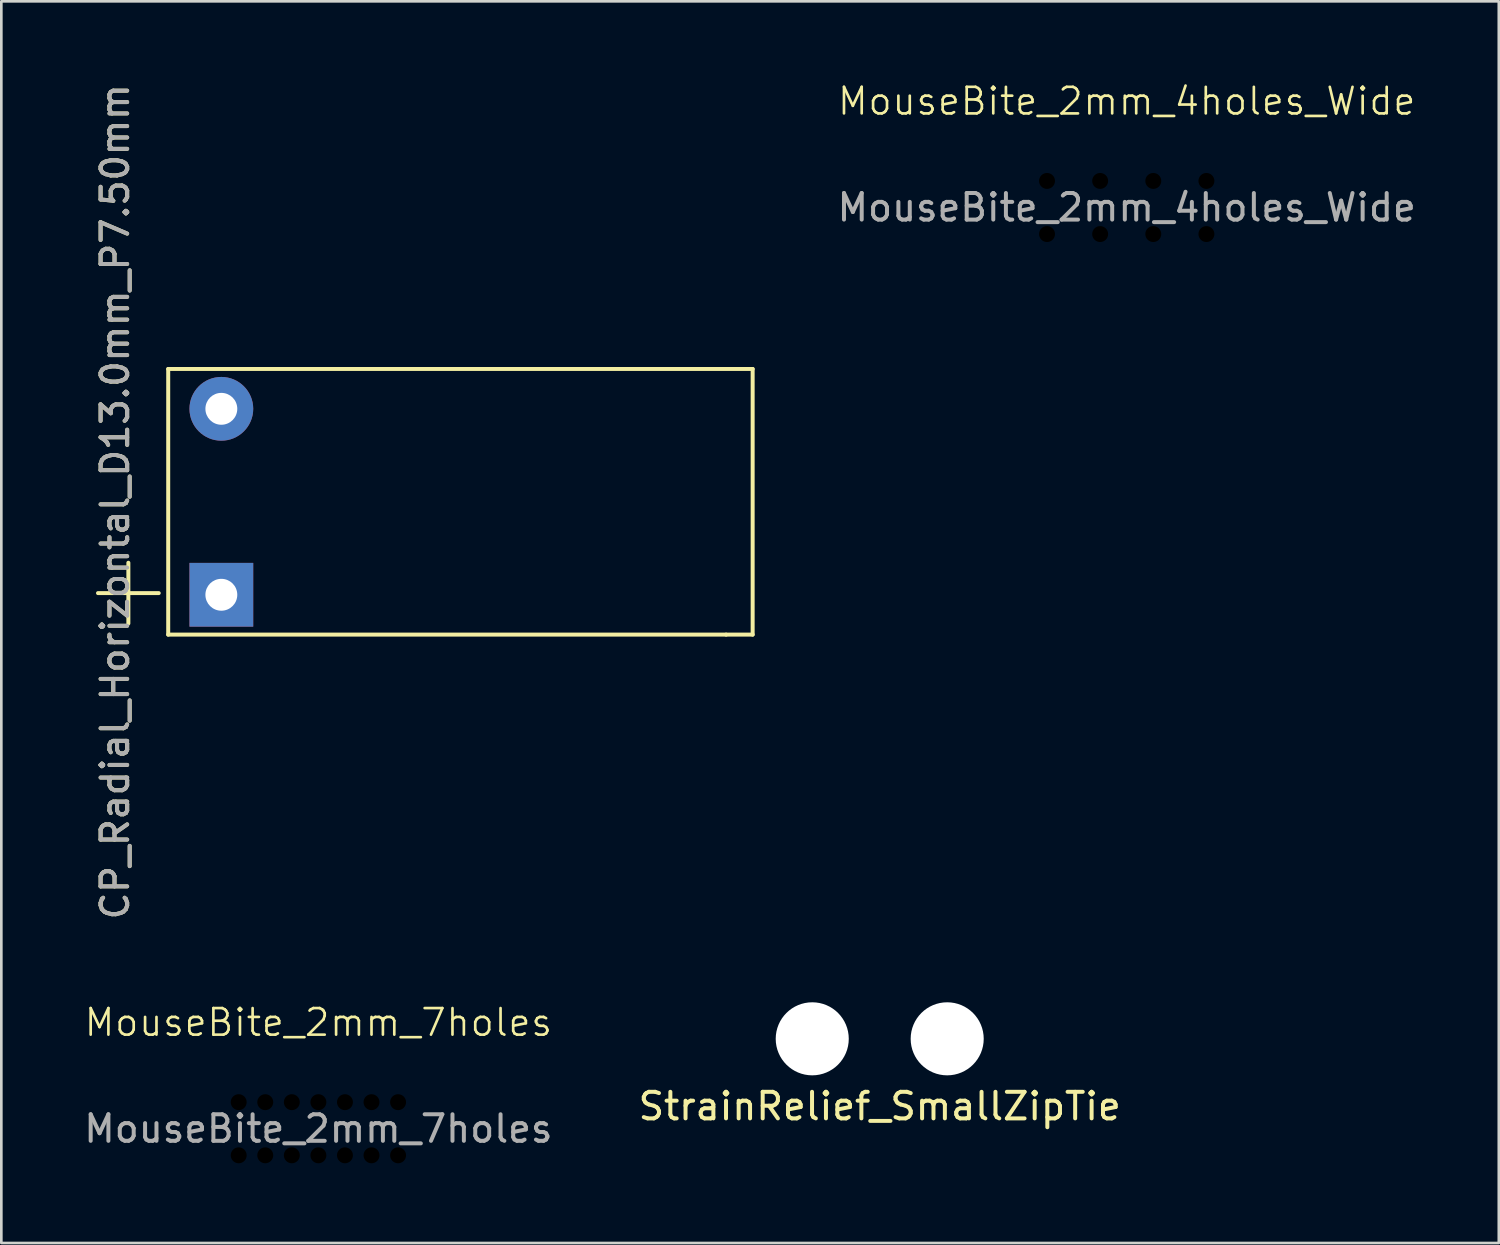
<source format=kicad_pcb>
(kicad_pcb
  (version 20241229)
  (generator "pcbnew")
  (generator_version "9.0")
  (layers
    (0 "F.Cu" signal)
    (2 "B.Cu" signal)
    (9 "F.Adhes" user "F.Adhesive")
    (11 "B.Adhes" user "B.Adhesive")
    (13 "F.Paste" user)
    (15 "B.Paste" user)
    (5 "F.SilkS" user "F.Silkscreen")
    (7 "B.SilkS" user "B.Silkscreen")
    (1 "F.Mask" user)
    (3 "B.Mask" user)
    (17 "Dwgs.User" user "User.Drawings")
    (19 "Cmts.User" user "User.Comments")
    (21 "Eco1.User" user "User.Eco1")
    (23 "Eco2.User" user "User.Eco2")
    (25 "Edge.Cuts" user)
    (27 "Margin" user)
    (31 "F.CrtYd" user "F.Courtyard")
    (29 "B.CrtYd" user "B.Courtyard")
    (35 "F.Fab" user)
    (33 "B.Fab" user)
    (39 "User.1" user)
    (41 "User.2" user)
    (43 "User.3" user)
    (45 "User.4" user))
  (footprint "StrainRelief_SmallZipTie"
    (layer "F.Cu")
    (at 30.065 36.054)
    (property "Reference" "StrainRelief_SmallZipTie" (at 0 2.54 0) (layer "F.SilkS") (effects (font (size 1 1) (thickness 0.15))))
    (attr through_hole)
    (pad "" np_thru_hole circle (at -2.54 0) (size 2.75 2.75) (drill 2.75) (layers "*.Cu" "*.Mask"))
    (pad "" np_thru_hole circle (at 2.54 0) (size 2.75 2.75) (drill 2.75) (layers "*.Cu" "*.Mask")))
  (footprint "MouseBite_2mm_4holes_Wide"
    (layer "F.Cu")
    (at 39.363 4.761)
    (property "Reference" "MouseBite_2mm_4holes_Wide" (at 0 -4 0) (unlocked yes) (layer "F.SilkS") (effects (font (size 1 1) (thickness 0.1))))
    (attr through_hole exclude_from_bom)
    (fp_text user "${REFERENCE}" (at 0 0 0) (unlocked yes) (layer "F.Fab") (effects (font (size 1 1) (thickness 0.15))))
    (pad "" np_thru_hole circle (at -3 -1) (size 0.6 0.6) (drill 0.6) (layers "*.Mask"))
    (pad "" np_thru_hole circle (at -3 1) (size 0.6 0.6) (drill 0.6) (layers "*.Mask"))
    (pad "" np_thru_hole circle (at -1 -1) (size 0.6 0.6) (drill 0.6) (layers "*.Mask"))
    (pad "" np_thru_hole circle (at -1 1) (size 0.6 0.6) (drill 0.6) (layers "*.Mask"))
    (pad "" np_thru_hole circle (at 1 -1) (size 0.6 0.6) (drill 0.6) (layers "*.Mask"))
    (pad "" np_thru_hole circle (at 1 1) (size 0.6 0.6) (drill 0.6) (layers "*.Mask"))
    (pad "" np_thru_hole circle (at 3 -1) (size 0.6 0.6) (drill 0.6) (layers "*.Mask"))
    (pad "" np_thru_hole circle (at 3 1) (size 0.6 0.6) (drill 0.6) (layers "*.Mask")))
  (footprint "MouseBite_2mm_7holes"
    (layer "F.Cu")
    (at 8.935 39.439)
    (property "Reference" "MouseBite_2mm_7holes" (at 0 -4 0) (unlocked yes) (layer "F.SilkS") (effects (font (size 1 1) (thickness 0.1))))
    (attr through_hole exclude_from_bom)
    (fp_text user "${REFERENCE}" (at 0 0 0) (unlocked yes) (layer "F.Fab") (effects (font (size 1 1) (thickness 0.15))))
    (pad "" np_thru_hole circle (at -3 -1) (size 0.6 0.6) (drill 0.6) (layers "*.Mask"))
    (pad "" np_thru_hole circle (at -3 1) (size 0.6 0.6) (drill 0.6) (layers "*.Mask"))
    (pad "" np_thru_hole circle (at -2 -1) (size 0.6 0.6) (drill 0.6) (layers "*.Mask"))
    (pad "" np_thru_hole circle (at -2 1) (size 0.6 0.6) (drill 0.6) (layers "*.Mask"))
    (pad "" np_thru_hole circle (at -1 -1) (size 0.6 0.6) (drill 0.6) (layers "*.Mask"))
    (pad "" np_thru_hole circle (at -1 1) (size 0.6 0.6) (drill 0.6) (layers "*.Mask"))
    (pad "" np_thru_hole circle (at 0 -1) (size 0.6 0.6) (drill 0.6) (layers "*.Mask"))
    (pad "" np_thru_hole circle (at 0 1) (size 0.6 0.6) (drill 0.6) (layers "*.Mask"))
    (pad "" np_thru_hole circle (at 1 -1) (size 0.6 0.6) (drill 0.6) (layers "*.Mask"))
    (pad "" np_thru_hole circle (at 1 1) (size 0.6 0.6) (drill 0.6) (layers "*.Mask"))
    (pad "" np_thru_hole circle (at 2 -1) (size 0.6 0.6) (drill 0.6) (layers "*.Mask"))
    (pad "" np_thru_hole circle (at 2 1) (size 0.6 0.6) (drill 0.6) (layers "*.Mask"))
    (pad "" np_thru_hole circle (at 3 -1) (size 0.6 0.6) (drill 0.6) (layers "*.Mask"))
    (pad "" np_thru_hole circle (at 3 1) (size 0.6 0.6) (drill 0.6) (layers "*.Mask")))
  (footprint "CP_Radial_Horizontal_D13.0mm_P7.50mm"
    (layer "F.Cu")
    (at 5.282 15.839)
    (property "Reference" "CP_Radial_Horizontal_D13.0mm_P7.50mm" (at -4 0 90) (layer "F.SilkS") (effects (font (size 1 1) (thickness 0.15))))
    (attr through_hole)
    (fp_line (start -2 -5) (end -2 5) (stroke (width 0.15) (type solid)) (layer "F.SilkS"))
    (fp_line (start -2 -5) (end 20 -5) (stroke (width 0.15) (type solid)) (layer "F.SilkS"))
    (fp_line (start -2 5) (end 19 5) (stroke (width 0.15) (type solid)) (layer "F.SilkS"))
    (fp_line (start 19 5) (end 20 5) (stroke (width 0.15) (type solid)) (layer "F.SilkS"))
    (fp_line (start 20 5) (end 20 -5) (stroke (width 0.15) (type solid)) (layer "F.SilkS"))
    (fp_text user "+" (at -3.5 3.2 0) (layer "F.SilkS") (effects (font (size 3 3) (thickness 0.15))))
    (fp_text user "${REFERENCE}" (at -4 0 90) (layer "F.Fab") (effects (font (size 1 1) (thickness 0.15))))
    (pad "1" thru_hole rect (at 0 3.5 90) (size 2.4 2.4) (drill 1.2) (layers "*.Cu" "*.Mask"))
    (pad "2" thru_hole circle (at 0 -3.5 90) (size 2.4 2.4) (drill 1.2) (layers "*.Cu" "*.Mask")))
  (gr_rect
    (start -3 -3)
    (end 53.369 43.739)
    (stroke (width 0.1) (type default))
    (fill no)
    (layer "Edge.Cuts")))
</source>
